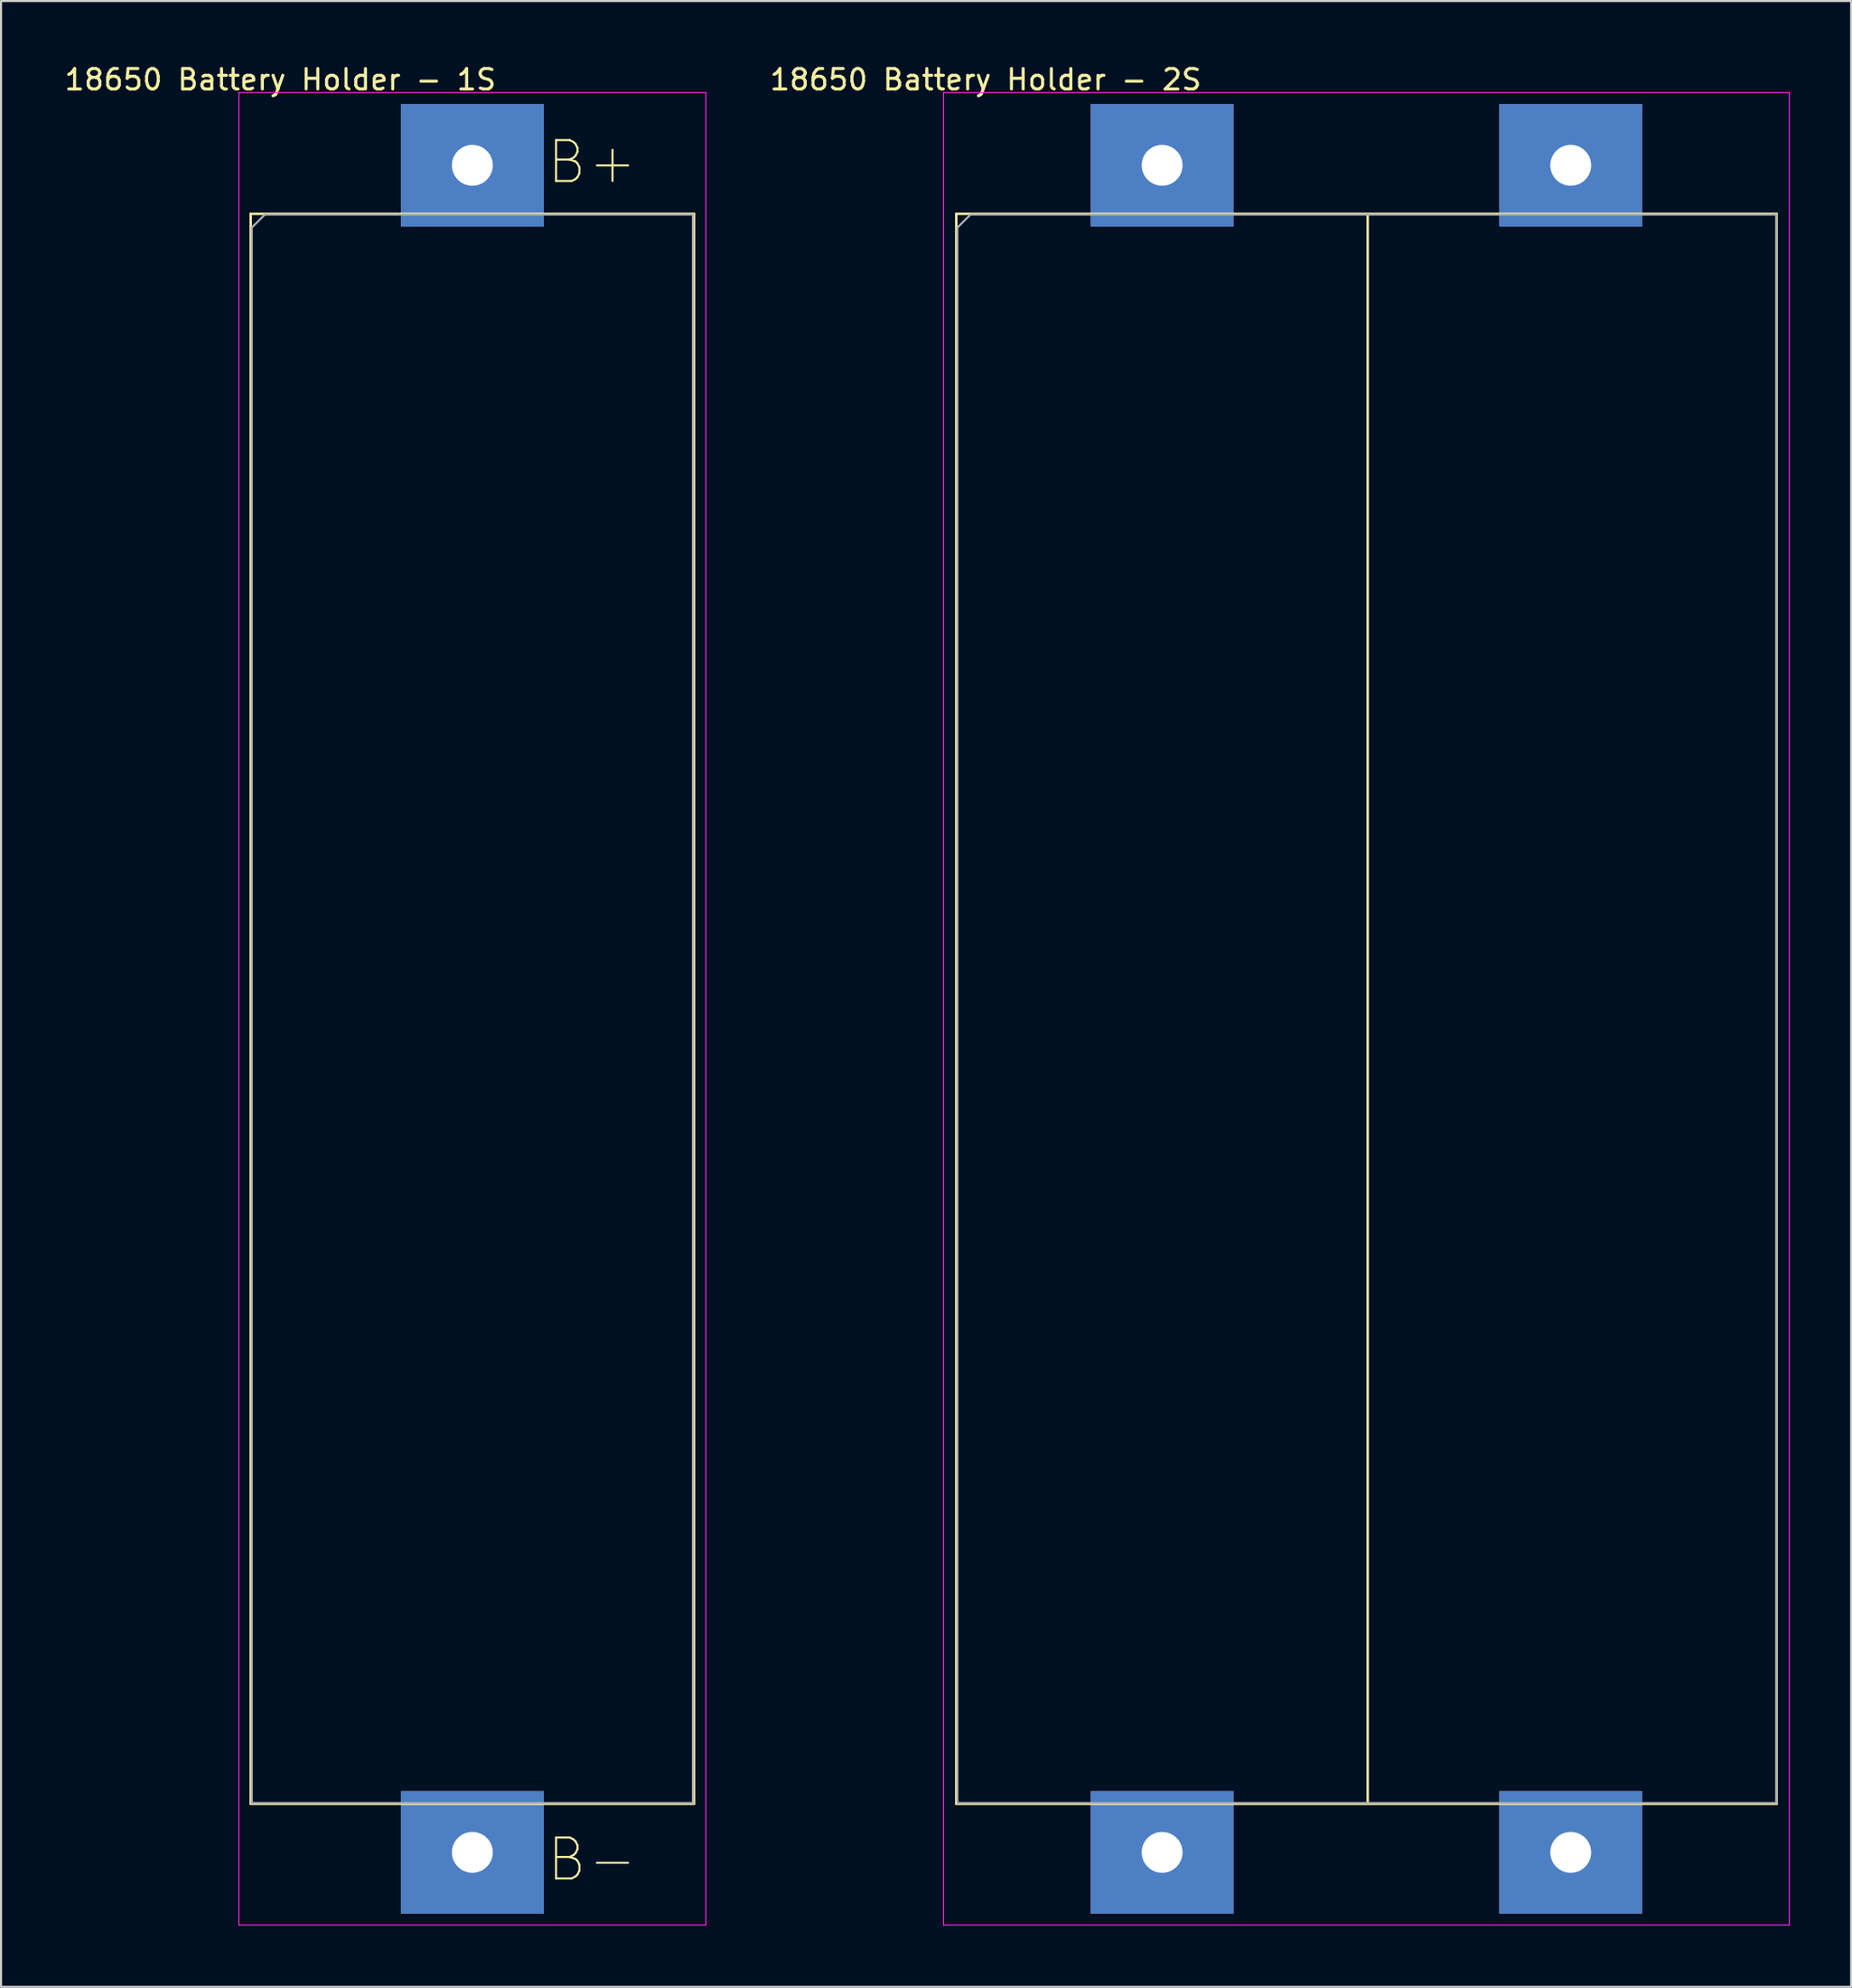
<source format=kicad_pcb>
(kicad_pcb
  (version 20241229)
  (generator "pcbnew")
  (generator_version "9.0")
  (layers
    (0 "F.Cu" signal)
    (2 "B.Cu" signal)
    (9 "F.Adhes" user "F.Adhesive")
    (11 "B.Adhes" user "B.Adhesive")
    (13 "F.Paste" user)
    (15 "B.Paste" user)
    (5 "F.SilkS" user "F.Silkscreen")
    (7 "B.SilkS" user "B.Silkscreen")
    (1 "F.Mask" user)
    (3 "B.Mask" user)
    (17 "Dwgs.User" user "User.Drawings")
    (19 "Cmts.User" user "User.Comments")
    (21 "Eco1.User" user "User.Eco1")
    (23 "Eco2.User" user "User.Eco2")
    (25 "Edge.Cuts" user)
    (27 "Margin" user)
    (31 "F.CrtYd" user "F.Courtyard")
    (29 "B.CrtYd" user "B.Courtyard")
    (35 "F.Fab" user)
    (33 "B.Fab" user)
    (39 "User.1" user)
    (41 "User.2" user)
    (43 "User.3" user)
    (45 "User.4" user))
  (footprint "18650 Battery Holder - 2S"
    (layer "F.Cu")
    (at 53.834 5.039)
    (property "Reference" "18650 Battery Holder - 2S" (at -8.636 -4.191 0) (layer "F.SilkS") (effects (font (size 1 1) (thickness 0.15))))
    (attr through_hole)
    (fp_line (start -10.075 2.375) (end -10.075 80.175) (stroke (width 0.12) (type solid)) (layer "F.SilkS"))
    (fp_line (start -10.075 2.375) (end 30.075 2.375) (stroke (width 0.12) (type solid)) (layer "F.SilkS"))
    (fp_line (start -10.075 80.175) (end 30.075 80.175) (stroke (width 0.12) (type solid)) (layer "F.SilkS"))
    (fp_line (start 10.062 2.413) (end 10.062 80.137) (stroke (width 0.12) (type solid)) (layer "F.SilkS"))
    (fp_line (start 30.075 2.375) (end 30.075 80.175) (stroke (width 0.12) (type solid)) (layer "F.SilkS"))
    (fp_line (start -10.701 -3.556) (end -10.701 86.106) (stroke (width 0.05) (type solid)) (layer "F.CrtYd"))
    (fp_line (start -10.701 -3.556) (end 30.701 -3.556) (stroke (width 0.05) (type solid)) (layer "F.CrtYd"))
    (fp_line (start -10.701 86.106) (end 30.701 86.106) (stroke (width 0.05) (type solid)) (layer "F.CrtYd"))
    (fp_line (start 30.701 -3.556) (end 30.701 86.106) (stroke (width 0.05) (type solid)) (layer "F.CrtYd"))
    (fp_line (start -10.02 3.048) (end -9.385 2.413) (stroke (width 0.1) (type solid)) (layer "F.Fab"))
    (fp_line (start -10.02 80.137) (end -10.02 3.048) (stroke (width 0.1) (type solid)) (layer "F.Fab"))
    (fp_line (start -9.385 2.413) (end 30.061 2.413) (stroke (width 0.1) (type solid)) (layer "F.Fab"))
    (fp_line (start 30.061 2.413) (end 30.061 80.137) (stroke (width 0.1) (type solid)) (layer "F.Fab"))
    (fp_line (start 30.061 80.137) (end -10.02 80.137) (stroke (width 0.1) (type solid)) (layer "F.Fab"))
    (pad "1" thru_hole rect (at 0 0) (size 7 6) (drill 2) (layers "*.Cu" "*.Mask"))
    (pad "2" thru_hole rect (at 0 82.55) (size 7 6) (drill 2) (layers "*.Cu" "*.Mask"))
    (pad "3" thru_hole rect (at 20 0) (size 7 6) (drill 2) (layers "*.Cu" "*.Mask"))
    (pad "4" thru_hole rect (at 20 82.55) (size 7 6) (drill 2) (layers "*.Cu" "*.Mask")))
  (footprint "18650 Battery Holder - 1S"
    (layer "F.Cu")
    (at 20.071 5.039)
    (property "Reference" "18650 Battery Holder - 1S" (at -9.398 -4.191 0) (layer "F.SilkS") (effects (font (size 1 1) (thickness 0.15))))
    (attr through_hole)
    (fp_line (start -10.85 2.375) (end -10.85 80.175) (stroke (width 0.12) (type solid)) (layer "F.SilkS"))
    (fp_line (start -10.85 2.375) (end 10.85 2.375) (stroke (width 0.12) (type solid)) (layer "F.SilkS"))
    (fp_line (start -10.85 80.175) (end 10.85 80.175) (stroke (width 0.12) (type solid)) (layer "F.SilkS"))
    (fp_line (start 10.85 2.375) (end 10.85 80.175) (stroke (width 0.12) (type solid)) (layer "F.SilkS"))
    (fp_line (start -11.43 -3.556) (end -11.43 86.106) (stroke (width 0.05) (type solid)) (layer "F.CrtYd"))
    (fp_line (start -11.43 -3.556) (end 11.43 -3.556) (stroke (width 0.05) (type solid)) (layer "F.CrtYd"))
    (fp_line (start -11.43 86.106) (end 11.43 86.106) (stroke (width 0.05) (type solid)) (layer "F.CrtYd"))
    (fp_line (start 11.43 -3.556) (end 11.43 86.106) (stroke (width 0.05) (type solid)) (layer "F.CrtYd"))
    (fp_line (start -10.795 3.048) (end -10.16 2.413) (stroke (width 0.1) (type solid)) (layer "F.Fab"))
    (fp_line (start -10.795 80.137) (end -10.795 3.048) (stroke (width 0.1) (type solid)) (layer "F.Fab"))
    (fp_line (start -10.16 2.413) (end 10.795 2.413) (stroke (width 0.1) (type solid)) (layer "F.Fab"))
    (fp_line (start 10.795 2.413) (end 10.795 80.137) (stroke (width 0.1) (type solid)) (layer "F.Fab"))
    (fp_line (start 10.795 80.137) (end -10.795 80.137) (stroke (width 0.1) (type solid)) (layer "F.Fab"))
    (fp_text user "B+" (at 3.556 1.016 0) (unlocked yes) (layer "F.SilkS") (effects (font (size 2 2) (thickness 0.1)) (justify left bottom)))
    (fp_text user "B-" (at 3.556 84.074 0) (unlocked yes) (layer "F.SilkS") (effects (font (size 2 2) (thickness 0.1)) (justify left bottom)))
    (pad "1" thru_hole rect (at 0 0) (size 7 6) (drill 2) (layers "*.Cu" "*.Mask"))
    (pad "2" thru_hole rect (at 0 82.55) (size 7 6) (drill 2) (layers "*.Cu" "*.Mask")))
  (gr_rect
    (start -3 -3)
    (end 87.56 94.17)
    (stroke (width 0.1) (type default))
    (fill no)
    (layer "Edge.Cuts")))
</source>
